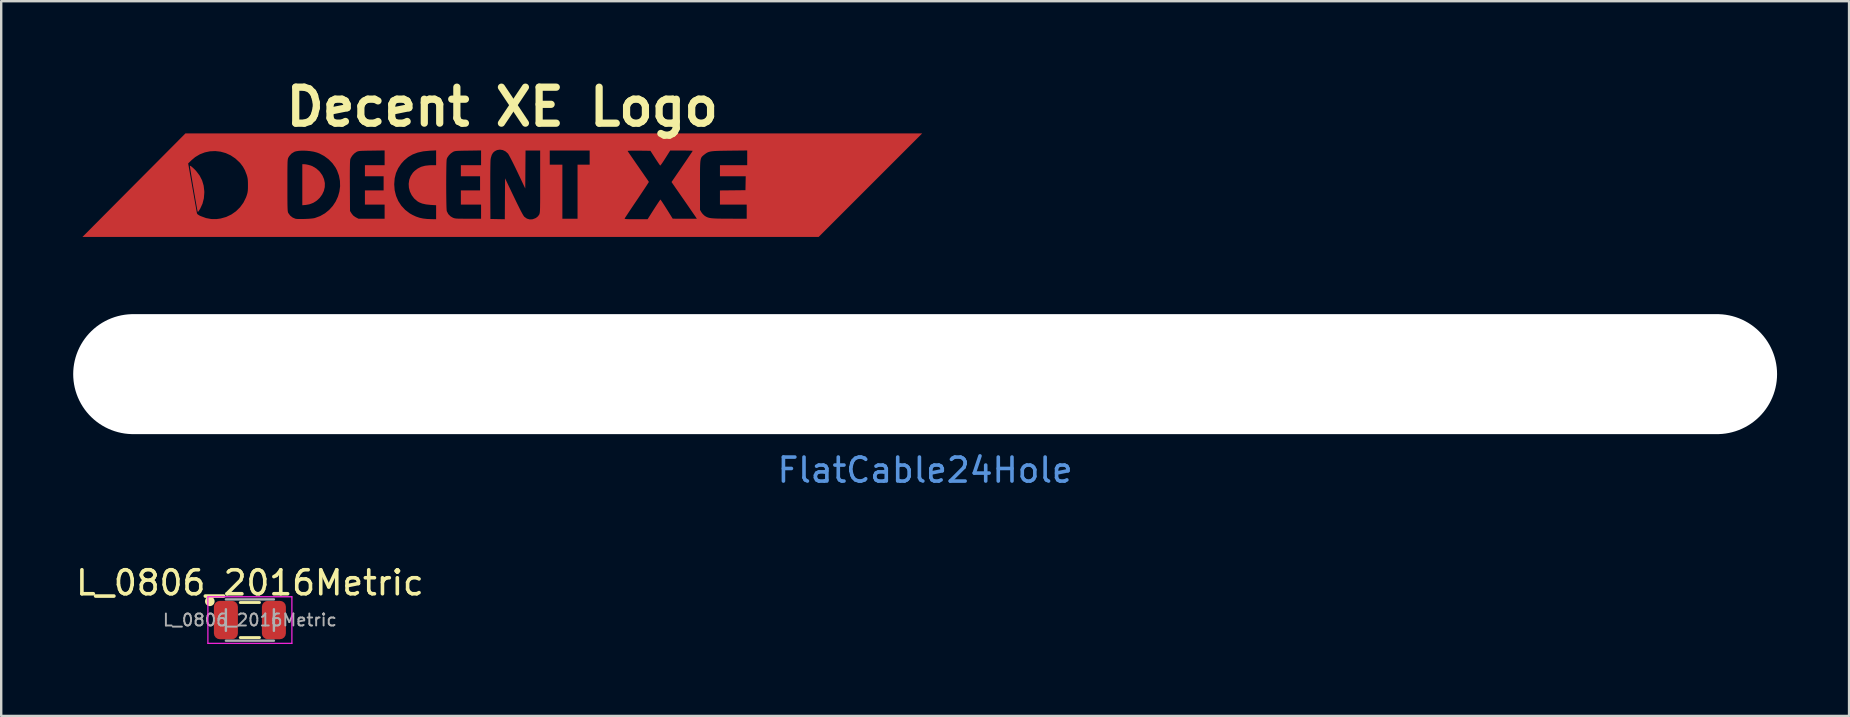
<source format=kicad_pcb>
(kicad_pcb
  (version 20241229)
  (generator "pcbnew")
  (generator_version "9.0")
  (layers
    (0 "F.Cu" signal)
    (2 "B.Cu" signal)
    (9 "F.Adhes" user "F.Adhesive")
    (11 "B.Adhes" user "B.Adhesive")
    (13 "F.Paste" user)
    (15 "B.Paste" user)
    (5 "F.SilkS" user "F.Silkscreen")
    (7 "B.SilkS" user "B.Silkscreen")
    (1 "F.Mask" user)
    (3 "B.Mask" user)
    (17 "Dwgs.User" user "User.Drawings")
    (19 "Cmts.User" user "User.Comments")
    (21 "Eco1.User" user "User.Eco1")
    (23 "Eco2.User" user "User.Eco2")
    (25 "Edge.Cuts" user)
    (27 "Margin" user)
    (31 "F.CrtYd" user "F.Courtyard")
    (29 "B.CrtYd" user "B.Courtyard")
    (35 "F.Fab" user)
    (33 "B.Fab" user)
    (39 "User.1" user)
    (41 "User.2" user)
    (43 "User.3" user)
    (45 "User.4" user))
  (footprint "Decent XE Logo"
    (layer "F.Cu")
    (at 17.88 4.654)
    (property "Reference" "Decent XE Logo" (at 0 -3.25 0) (layer "F.SilkS") (effects (font (size 1.5 1.5) (thickness 0.3))))
    (attr board_only exclude_from_pos_files exclude_from_bom)
    (fp_poly (pts (xy -8.185 -0.855) (xy -8.08 -0.834) (xy -7.978 -0.805) (xy -7.915 -0.781) (xy -7.749 -0.682) (xy -7.608 -0.553) (xy -7.497 -0.397) (xy -7.428 -0.24) (xy -7.393 -0.074) (xy -7.397 0.092) (xy -7.436 0.253) (xy -7.507 0.403) (xy -7.606 0.539) (xy -7.729 0.655) (xy -7.873 0.747) (xy -8.036 0.809) (xy -8.184 0.835) (xy -8.333 0.848) (xy -8.333 -0.007) (xy -8.333 -0.863) (xy -8.271 -0.863)) (stroke (width 0) (type solid)) (fill yes) (layer "F.Cu"))
    (fp_poly (pts (xy -12.993 -0.791) (xy -12.946 -0.759) (xy -12.882 -0.704) (xy -12.805 -0.63) (xy -12.756 -0.578) (xy -12.615 -0.393) (xy -12.51 -0.19) (xy -12.444 0.031) (xy -12.417 0.268) (xy -12.416 0.32) (xy -12.435 0.56) (xy -12.492 0.783) (xy -12.586 0.988) (xy -12.634 1.064) (xy -12.667 1.111) (xy -12.684 1.126) (xy -12.694 1.112) (xy -12.699 1.092) (xy -12.709 1.042) (xy -12.725 0.959) (xy -12.744 0.849) (xy -12.768 0.717) (xy -12.794 0.567) (xy -12.822 0.404) (xy -12.851 0.234) (xy -12.881 0.062) (xy -12.909 -0.107) (xy -12.936 -0.268) (xy -12.961 -0.417) (xy -12.982 -0.548) (xy -12.999 -0.656) (xy -13.011 -0.736) (xy -13.018 -0.783) (xy -13.018 -0.794)) (stroke (width 0) (type solid)) (fill yes) (layer "F.Cu"))
    (fp_poly (pts (xy 15.341 0.011) (xy 13.184 2.168) (xy -2.154 2.168) (xy -17.493 2.168) (xy -15.349 0.012) (xy -14.447 -0.894) (xy -13.089 -0.894) (xy -12.91 0.126) (xy -12.874 0.329) (xy -12.841 0.521) (xy -12.81 0.696) (xy -12.782 0.852) (xy -12.759 0.983) (xy -12.741 1.086) (xy -12.728 1.156) (xy -12.722 1.19) (xy -12.721 1.191) (xy -12.696 1.227) (xy -12.632 1.269) (xy -12.569 1.3) (xy -12.348 1.382) (xy -12.128 1.423) (xy -11.902 1.424) (xy -11.736 1.401) (xy -11.504 1.336) (xy -11.289 1.234) (xy -11.096 1.099) (xy -10.928 0.934) (xy -10.788 0.743) (xy -10.681 0.528) (xy -10.654 0.454) (xy -10.63 0.377) (xy -10.614 0.309) (xy -10.604 0.238) (xy -10.599 0.153) (xy -10.598 0.041) (xy -10.598 0.021) (xy -8.954 0.021) (xy -8.954 0.264) (xy -8.954 0.469) (xy -8.953 0.638) (xy -8.952 0.776) (xy -8.95 0.887) (xy -8.947 0.973) (xy -8.944 1.039) (xy -8.94 1.087) (xy -8.934 1.123) (xy -8.928 1.148) (xy -8.92 1.167) (xy -8.917 1.173) (xy -8.838 1.281) (xy -8.735 1.362) (xy -8.619 1.411) (xy -8.61 1.413) (xy -8.546 1.42) (xy -8.45 1.423) (xy -8.334 1.423) (xy -8.207 1.419) (xy -8.08 1.413) (xy -7.964 1.404) (xy -7.87 1.393) (xy -7.812 1.381) (xy -7.589 1.299) (xy -7.388 1.184) (xy -7.213 1.042) (xy -7.063 0.876) (xy -6.941 0.691) (xy -6.848 0.489) (xy -6.787 0.277) (xy -6.758 0.057) (xy -6.765 -0.167) (xy -6.806 -0.384) (xy -6.353 -0.384) (xy -6.352 -0.148) (xy -6.351 0.054) (xy -6.345 1.087) (xy -6.281 1.19) (xy -6.214 1.275) (xy -6.127 1.339) (xy -6.105 1.351) (xy -5.993 1.41) (xy -5.448 1.41) (xy -4.903 1.41) (xy -4.903 1.115) (xy -4.903 0.821) (xy -5.314 0.821) (xy -5.724 0.821) (xy -5.724 0.526) (xy -5.724 0.231) (xy -5.335 0.231) (xy -4.945 0.231) (xy -4.945 -0.019) (xy -4.503 -0.019) (xy -4.484 0.226) (xy -4.426 0.459) (xy -4.333 0.674) (xy -4.205 0.87) (xy -4.046 1.041) (xy -3.857 1.186) (xy -3.746 1.249) (xy -3.598 1.319) (xy -3.452 1.369) (xy -3.298 1.402) (xy -3.125 1.421) (xy -2.941 1.428) (xy -2.757 1.431) (xy -2.757 1.14) (xy -2.757 0.848) (xy -2.986 0.834) (xy -3.178 0.814) (xy -3.337 0.778) (xy -3.468 0.725) (xy -3.536 0.684) (xy -3.672 0.567) (xy -3.776 0.429) (xy -3.85 0.277) (xy -3.891 0.116) (xy -3.899 -0.016) (xy -2.337 -0.016) (xy -2.336 0.174) (xy -2.335 0.359) (xy -2.333 0.535) (xy -2.331 0.696) (xy -2.328 0.836) (xy -2.324 0.952) (xy -2.319 1.038) (xy -2.314 1.088) (xy -2.312 1.096) (xy -2.25 1.217) (xy -2.156 1.311) (xy -2.075 1.359) (xy -2.041 1.375) (xy -2.008 1.387) (xy -1.971 1.395) (xy -1.923 1.402) (xy -1.86 1.406) (xy -1.774 1.408) (xy -1.661 1.409) (xy -1.515 1.41) (xy -1.426 1.41) (xy -0.884 1.41) (xy -0.884 1.115) (xy -0.884 0.821) (xy -1.305 0.821) (xy -1.726 0.821) (xy -1.726 0.526) (xy -1.726 0.231) (xy -1.326 0.231) (xy -0.926 0.231) (xy -0.926 -0.063) (xy -0.926 -0.076) (xy -0.501 -0.076) (xy -0.501 0.155) (xy -0.5 0.242) (xy -0.495 1.42) (xy -0.195 1.426) (xy 0.105 1.432) (xy 0.11 0.579) (xy 0.116 -0.274) (xy 0.304 0.121) (xy 0.424 0.373) (xy 0.528 0.589) (xy 0.617 0.773) (xy 0.693 0.925) (xy 0.755 1.05) (xy 0.807 1.148) (xy 0.849 1.224) (xy 0.882 1.279) (xy 0.907 1.316) (xy 0.923 1.333) (xy 1.026 1.406) (xy 1.141 1.439) (xy 1.263 1.433) (xy 1.387 1.386) (xy 1.405 1.376) (xy 1.484 1.313) (xy 1.536 1.242) (xy 1.545 1.223) (xy 1.552 1.203) (xy 1.558 1.177) (xy 1.564 1.143) (xy 1.568 1.097) (xy 1.571 1.035) (xy 1.574 0.955) (xy 1.575 0.853) (xy 1.577 0.726) (xy 1.578 0.571) (xy 1.578 0.383) (xy 1.578 0.161) (xy 1.578 -0.1) (xy 1.578 -0.136) (xy 1.578 -1.431) (xy 1.978 -1.431) (xy 1.978 -1.136) (xy 1.978 -0.842) (xy 2.241 -0.842) (xy 2.504 -0.842) (xy 2.504 0.284) (xy 2.504 1.41) (xy 2.82 1.41) (xy 3.136 1.41) (xy 3.136 1.401) (xy 5.1 1.401) (xy 5.101 1.411) (xy 5.118 1.418) (xy 5.155 1.424) (xy 5.216 1.427) (xy 5.306 1.43) (xy 5.43 1.431) (xy 5.571 1.431) (xy 6.055 1.431) (xy 6.315 1.021) (xy 6.39 0.905) (xy 6.458 0.801) (xy 6.515 0.715) (xy 6.558 0.652) (xy 6.584 0.617) (xy 6.589 0.611) (xy 6.604 0.628) (xy 6.637 0.675) (xy 6.686 0.749) (xy 6.747 0.843) (xy 6.816 0.952) (xy 6.853 1.01) (xy 7.102 1.409) (xy 7.605 1.41) (xy 8.107 1.41) (xy 8.069 1.352) (xy 8.049 1.322) (xy 8.008 1.262) (xy 7.948 1.175) (xy 7.873 1.067) (xy 7.786 0.94) (xy 7.69 0.801) (xy 7.587 0.652) (xy 7.58 0.642) (xy 7.476 0.493) (xy 7.379 0.353) (xy 7.291 0.226) (xy 7.215 0.117) (xy 7.155 0.029) (xy 7.112 -0.032) (xy 7.09 -0.064) (xy 7.09 -0.065) (xy 7.052 -0.119) (xy 7.168 -0.288) (xy 8.239 -0.288) (xy 8.239 -0.051) (xy 8.239 0.011) (xy 8.239 1.042) (xy 8.295 1.138) (xy 8.347 1.208) (xy 8.412 1.271) (xy 8.438 1.291) (xy 8.484 1.32) (xy 8.531 1.344) (xy 8.583 1.363) (xy 8.643 1.378) (xy 8.718 1.389) (xy 8.812 1.397) (xy 8.929 1.403) (xy 9.074 1.406) (xy 9.252 1.408) (xy 9.464 1.409) (xy 10.185 1.41) (xy 10.185 1.115) (xy 10.185 0.821) (xy 9.628 0.821) (xy 9.07 0.821) (xy 9.07 0.526) (xy 9.07 0.232) (xy 9.601 0.227) (xy 10.133 0.221) (xy 10.138 -0.068) (xy 10.144 -0.358) (xy 9.607 -0.358) (xy 9.07 -0.358) (xy 9.07 -0.589) (xy 9.07 -0.821) (xy 9.638 -0.821) (xy 10.206 -0.821) (xy 10.206 -1.128) (xy 10.206 -1.434) (xy 9.475 -1.426) (xy 9.261 -1.423) (xy 9.084 -1.42) (xy 8.939 -1.415) (xy 8.823 -1.409) (xy 8.73 -1.399) (xy 8.656 -1.386) (xy 8.595 -1.369) (xy 8.543 -1.347) (xy 8.496 -1.319) (xy 8.449 -1.285) (xy 8.422 -1.264) (xy 8.382 -1.233) (xy 8.349 -1.205) (xy 8.321 -1.176) (xy 8.298 -1.144) (xy 8.28 -1.103) (xy 8.266 -1.051) (xy 8.255 -0.984) (xy 8.248 -0.897) (xy 8.243 -0.788) (xy 8.24 -0.653) (xy 8.239 -0.487) (xy 8.239 -0.288) (xy 7.168 -0.288) (xy 7.493 -0.762) (xy 7.593 -0.908) (xy 7.685 -1.043) (xy 7.766 -1.164) (xy 7.834 -1.265) (xy 7.887 -1.344) (xy 7.921 -1.396) (xy 7.934 -1.418) (xy 7.934 -1.418) (xy 7.914 -1.422) (xy 7.857 -1.425) (xy 7.771 -1.428) (xy 7.661 -1.43) (xy 7.532 -1.431) (xy 7.465 -1.431) (xy 6.997 -1.431) (xy 6.798 -1.115) (xy 6.733 -1.013) (xy 6.675 -0.926) (xy 6.628 -0.859) (xy 6.595 -0.817) (xy 6.582 -0.805) (xy 6.565 -0.824) (xy 6.53 -0.872) (xy 6.481 -0.945) (xy 6.421 -1.035) (xy 6.368 -1.116) (xy 6.173 -1.42) (xy 5.694 -1.426) (xy 5.551 -1.427) (xy 5.427 -1.426) (xy 5.328 -1.424) (xy 5.259 -1.42) (xy 5.225 -1.415) (xy 5.222 -1.413) (xy 5.236 -1.392) (xy 5.27 -1.34) (xy 5.323 -1.262) (xy 5.392 -1.162) (xy 5.475 -1.042) (xy 5.567 -0.908) (xy 5.666 -0.766) (xy 5.766 -0.621) (xy 5.859 -0.488) (xy 5.94 -0.37) (xy 6.009 -0.271) (xy 6.062 -0.194) (xy 6.096 -0.144) (xy 6.108 -0.125) (xy 6.098 -0.105) (xy 6.066 -0.055) (xy 6.016 0.024) (xy 5.949 0.126) (xy 5.868 0.248) (xy 5.775 0.387) (xy 5.674 0.538) (xy 5.612 0.63) (xy 5.505 0.788) (xy 5.406 0.936) (xy 5.316 1.07) (xy 5.239 1.187) (xy 5.176 1.282) (xy 5.13 1.352) (xy 5.104 1.393) (xy 5.1 1.401) (xy 3.136 1.401) (xy 3.136 0.284) (xy 3.136 -0.842) (xy 3.388 -0.842) (xy 3.641 -0.842) (xy 3.641 -1.136) (xy 3.641 -1.431) (xy 2.809 -1.431) (xy 1.978 -1.431) (xy 1.578 -1.431) (xy 1.273 -1.431) (xy 0.969 -1.431) (xy 0.963 -0.64) (xy 0.957 0.151) (xy 0.631 -0.537) (xy 0.554 -0.698) (xy 0.479 -0.851) (xy 0.409 -0.99) (xy 0.347 -1.11) (xy 0.296 -1.206) (xy 0.258 -1.273) (xy 0.237 -1.305) (xy 0.136 -1.395) (xy 0.023 -1.45) (xy -0.097 -1.469) (xy -0.216 -1.451) (xy -0.312 -1.404) (xy -0.385 -1.339) (xy -0.439 -1.249) (xy -0.475 -1.129) (xy -0.486 -1.067) (xy -0.49 -1.02) (xy -0.493 -0.935) (xy -0.496 -0.815) (xy -0.498 -0.666) (xy -0.5 -0.49) (xy -0.501 -0.292) (xy -0.501 -0.076) (xy -0.926 -0.076) (xy -0.926 -0.358) (xy -1.326 -0.358) (xy -1.726 -0.358) (xy -1.726 -0.589) (xy -1.726 -0.821) (xy -1.305 -0.821) (xy -0.884 -0.821) (xy -0.884 -1.128) (xy -0.884 -1.435) (xy -1.426 -1.427) (xy -1.592 -1.425) (xy -1.722 -1.422) (xy -1.821 -1.419) (xy -1.895 -1.415) (xy -1.949 -1.409) (xy -1.988 -1.401) (xy -2.02 -1.39) (xy -2.048 -1.377) (xy -2.053 -1.374) (xy -2.144 -1.312) (xy -2.226 -1.23) (xy -2.287 -1.142) (xy -2.313 -1.08) (xy -2.319 -1.039) (xy -2.324 -0.961) (xy -2.328 -0.852) (xy -2.331 -0.717) (xy -2.333 -0.56) (xy -2.335 -0.388) (xy -2.336 -0.205) (xy -2.337 -0.016) (xy -3.899 -0.016) (xy -3.9 -0.049) (xy -3.877 -0.211) (xy -3.819 -0.365) (xy -3.728 -0.505) (xy -3.653 -0.583) (xy -3.521 -0.683) (xy -3.378 -0.754) (xy -3.216 -0.798) (xy -3.028 -0.818) (xy -2.941 -0.82) (xy -2.757 -0.821) (xy -2.757 -1.129) (xy -2.757 -1.437) (xy -3.025 -1.424) (xy -3.292 -1.398) (xy -3.528 -1.346) (xy -3.737 -1.267) (xy -3.923 -1.158) (xy -4.09 -1.018) (xy -4.211 -0.883) (xy -4.339 -0.694) (xy -4.43 -0.492) (xy -4.484 -0.274) (xy -4.503 -0.034) (xy -4.503 -0.019) (xy -4.945 -0.019) (xy -4.945 -0.063) (xy -4.945 -0.358) (xy -5.335 -0.358) (xy -5.724 -0.358) (xy -5.724 -0.589) (xy -5.724 -0.821) (xy -5.314 -0.821) (xy -4.903 -0.821) (xy -4.903 -1.128) (xy -4.903 -1.435) (xy -5.445 -1.427) (xy -5.611 -1.425) (xy -5.741 -1.422) (xy -5.84 -1.419) (xy -5.913 -1.415) (xy -5.967 -1.409) (xy -6.007 -1.401) (xy -6.039 -1.39) (xy -6.068 -1.377) (xy -6.074 -1.374) (xy -6.17 -1.306) (xy -6.253 -1.216) (xy -6.314 -1.117) (xy -6.333 -1.067) (xy -6.339 -1.029) (xy -6.344 -0.964) (xy -6.348 -0.869) (xy -6.35 -0.742) (xy -6.352 -0.581) (xy -6.353 -0.384) (xy -6.806 -0.384) (xy -6.807 -0.389) (xy -6.887 -0.606) (xy -6.949 -0.724) (xy -7.077 -0.903) (xy -7.237 -1.065) (xy -7.421 -1.202) (xy -7.62 -1.308) (xy -7.72 -1.346) (xy -7.856 -1.383) (xy -8.01 -1.408) (xy -8.171 -1.423) (xy -8.329 -1.427) (xy -8.474 -1.419) (xy -8.596 -1.4) (xy -8.662 -1.379) (xy -8.78 -1.307) (xy -8.876 -1.201) (xy -8.909 -1.147) (xy -8.919 -1.127) (xy -8.927 -1.107) (xy -8.934 -1.082) (xy -8.94 -1.048) (xy -8.944 -1.003) (xy -8.948 -0.943) (xy -8.95 -0.863) (xy -8.952 -0.76) (xy -8.953 -0.631) (xy -8.954 -0.471) (xy -8.954 -0.278) (xy -8.954 -0.048) (xy -8.954 0.021) (xy -10.598 0.021) (xy -10.598 0.011) (xy -10.599 -0.111) (xy -10.604 -0.202) (xy -10.613 -0.276) (xy -10.628 -0.345) (xy -10.651 -0.421) (xy -10.655 -0.431) (xy -10.723 -0.607) (xy -10.806 -0.757) (xy -10.91 -0.896) (xy -10.946 -0.936) (xy -11.122 -1.099) (xy -11.315 -1.229) (xy -11.522 -1.324) (xy -11.738 -1.384) (xy -11.959 -1.409) (xy -12.18 -1.399) (xy -12.396 -1.354) (xy -12.604 -1.273) (xy -12.798 -1.157) (xy -12.944 -1.034) (xy -13.089 -0.894) (xy -14.447 -0.894) (xy -13.205 -2.144) (xy 2.146 -2.145) (xy 17.498 -2.146)) (stroke (width 0) (type solid)) (fill yes) (layers "F.Cu" "F.Mask"))
    (fp_poly (pts (xy -17.78 2.286) (xy -13.208 -2.286) (xy 17.78 -2.286) (xy 13.208 2.286)) (stroke (width 0.2) (type solid)) (fill yes) (layer "F.Mask")))
  (footprint "FlatCable24Hole"
    (layer "F.Cu")
    (at 35.5 12.54)
    (property "Reference" "FlatCable24Hole" (at 0 4 0) (layer "Cmts.User") (effects (font (size 1 1) (thickness 0.15))))
    (attr through_hole)
    (pad "" np_thru_hole oval (at 0 0) (size 71 5) (drill oval 71 5) (layers "*.Cu" "*.Mask")))
  (footprint "L_0806_2016Metric"
    (layer "F.Cu")
    (at 7.363 22.787)
    (property "Reference" "L_0806_2016Metric" (at 0 -1.55 0) (layer "F.SilkS") (effects (font (size 1 1) (thickness 0.15))))
    (attr smd)
    (fp_line (start -0.4 -0.73) (end 0.4 -0.73) (stroke (width 0.12) (type solid)) (layer "F.SilkS"))
    (fp_line (start -0.4 0.73) (end 0.4 0.73) (stroke (width 0.12) (type solid)) (layer "F.SilkS"))
    (fp_circle (center -1.67 -0.78) (end -1.47 -0.78) (stroke (width 0) (type default)) (fill yes) (layer "F.SilkS"))
    (fp_line (start -1.75 -0.97) (end 1.75 -0.97) (stroke (width 0.05) (type solid)) (layer "F.CrtYd"))
    (fp_line (start -1.75 0.97) (end -1.75 -0.97) (stroke (width 0.05) (type solid)) (layer "F.CrtYd"))
    (fp_line (start 1.75 -0.97) (end 1.75 0.97) (stroke (width 0.05) (type solid)) (layer "F.CrtYd"))
    (fp_line (start 1.75 0.97) (end -1.75 0.97) (stroke (width 0.05) (type solid)) (layer "F.CrtYd"))
    (fp_line (start -1 -0.86) (end 1 -0.86) (stroke (width 0.1) (type solid)) (layer "F.Fab"))
    (fp_line (start -1 0.45) (end -1 -0.45) (stroke (width 0.1) (type solid)) (layer "F.Fab"))
    (fp_line (start 1 -0.45) (end 1 0.45) (stroke (width 0.1) (type solid)) (layer "F.Fab"))
    (fp_line (start 1 0.86) (end -1 0.86) (stroke (width 0.1) (type solid)) (layer "F.Fab"))
    (fp_text user "${REFERENCE}" (at 0 0 0) (layer "F.Fab") (effects (font (size 0.5 0.5) (thickness 0.08))))
    (pad "1" smd roundrect (at -1 0) (size 1 1.6) (layers "F.Cu" "F.Mask" "F.Paste") (roundrect_rratio 0.25))
    (pad "2" smd roundrect (at 1 0) (size 1 1.6) (layers "F.Cu" "F.Mask" "F.Paste") (roundrect_rratio 0.25)))
  (gr_rect
    (start -3 -3)
    (end 74 26.782)
    (stroke (width 0.1) (type default))
    (fill no)
    (layer "Edge.Cuts")))
</source>
